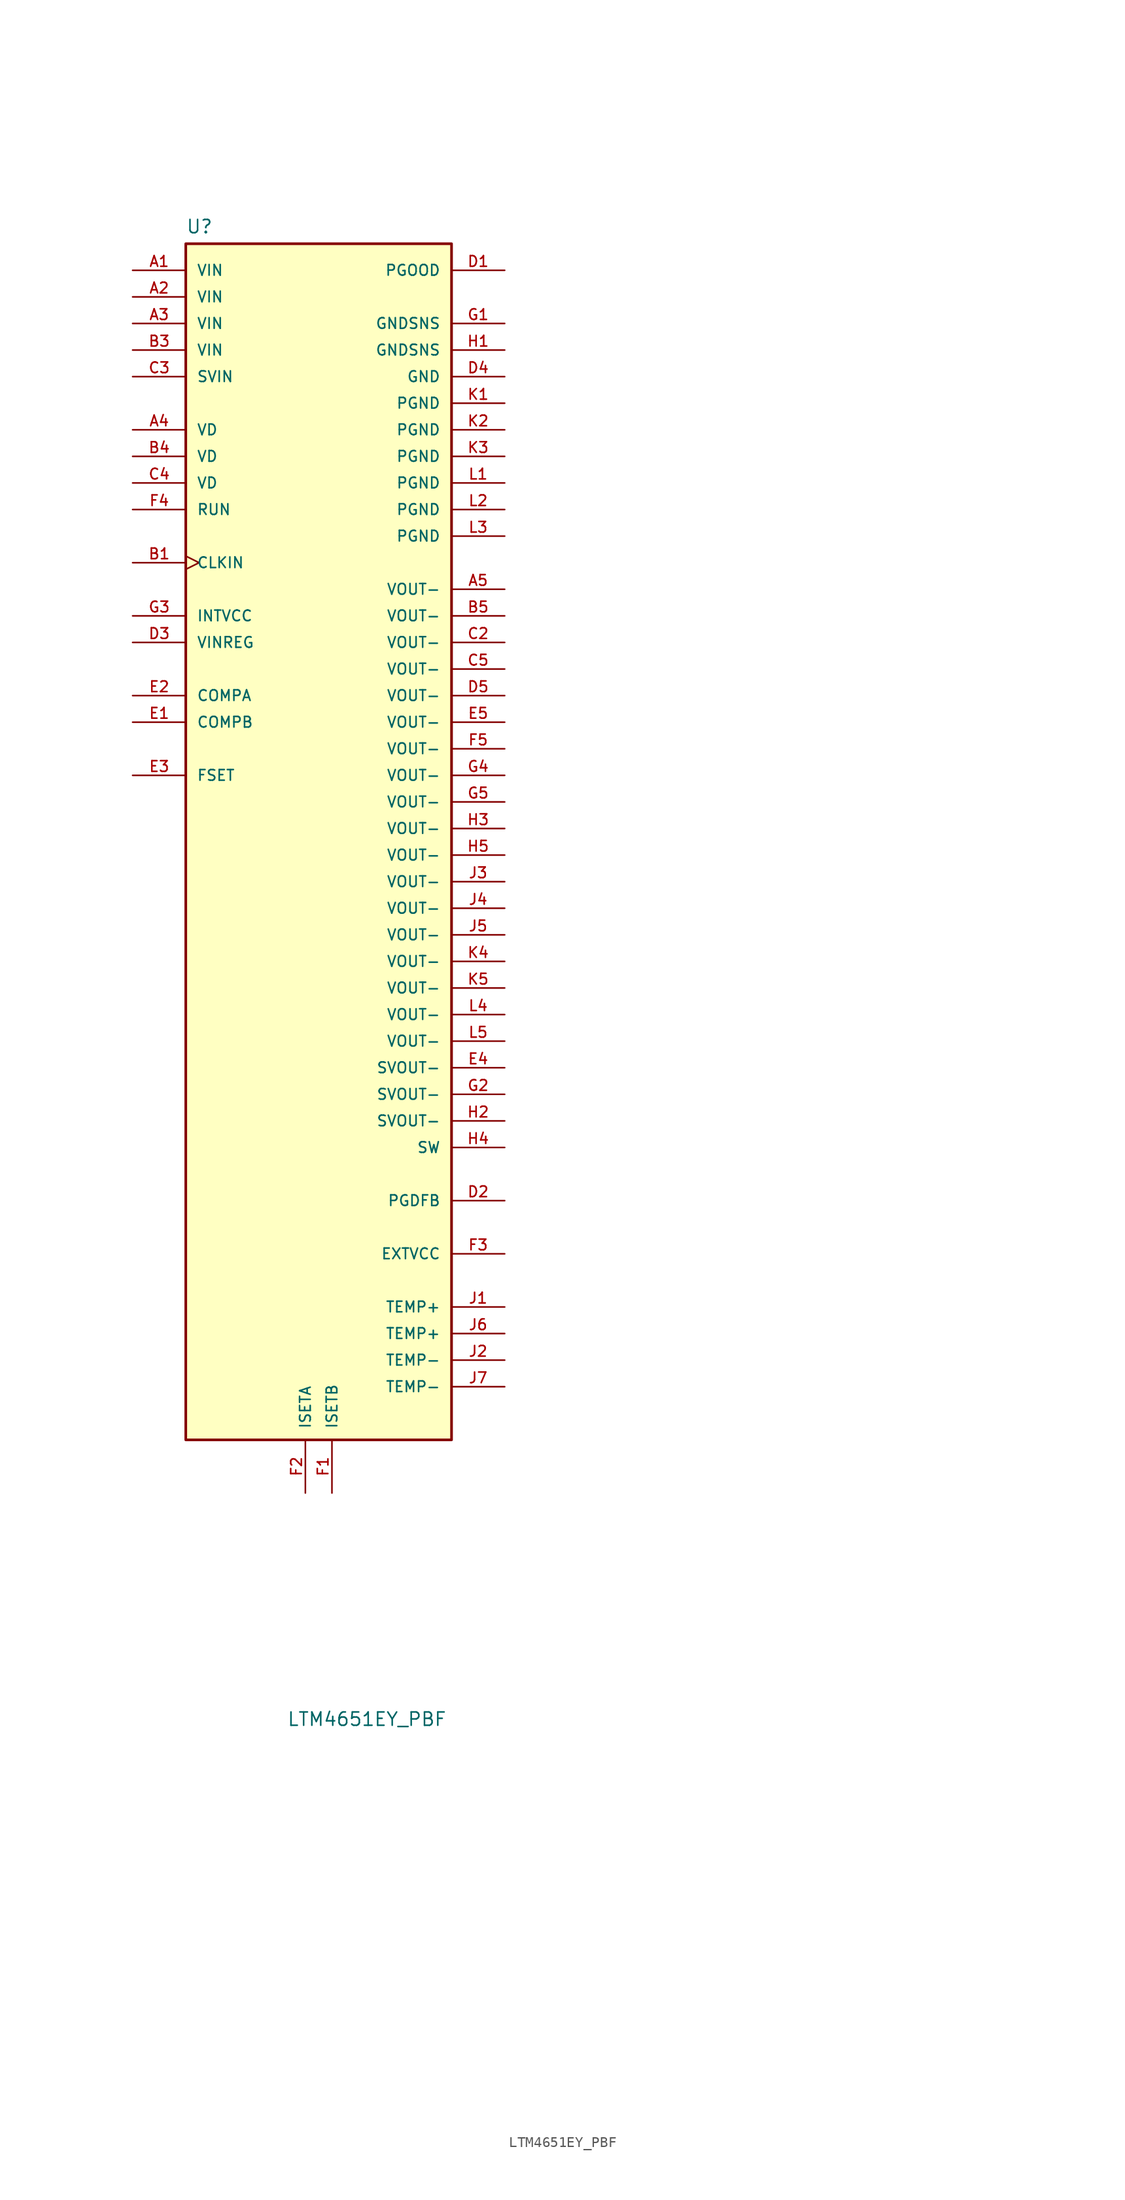
<source format=kicad_sym>
(kicad_symbol_lib
  (version 20241209)
  (generator "kicad_symbol_editor")
  (generator_version "9.0")
  (symbol "LTM4651EY_PBF"
    (pin_names
      (offset 1.016))
    (property "Reference" "U"
      (at -12.7 36.449 0)
      (effects (font (size 1.27 1.27)) (justify left bottom)))
    (property "Value" "LTM4651EY_PBF"
      (at -3.048 -106.172 0)
      (effects (font (size 1.27 1.27)) (justify left bottom)))
    (symbol "LTM4651EY_PBF_0_0"
      (rectangle (start -12.7 35.56) (end 12.7 -78.74) (stroke (width 0.254) (type default)) (fill (type background)))
      (pin input line (at -17.78 33.02 0) (length 5.08) (name "VIN" (effects (font (size 1.016 1.016)))) (number "A1" (effects (font (size 1.016 1.016)))))
      (pin input line (at -17.78 22.86 0) (length 5.08) (name "SVIN" (effects (font (size 1.016 1.016)))) (number "C3" (effects (font (size 1.016 1.016)))))
      (pin output line (at -17.78 17.78 0) (length 5.08) (name "VD" (effects (font (size 1.016 1.016)))) (number "A4" (effects (font (size 1.016 1.016)))))
      (pin input line (at -17.78 10.16 0) (length 5.08) (name "RUN" (effects (font (size 1.016 1.016)))) (number "F4" (effects (font (size 1.016 1.016)))))
      (pin input clock (at -17.78 5.08 0) (length 5.08) (name "CLKIN" (effects (font (size 1.016 1.016)))) (number "B1" (effects (font (size 1.016 1.016)))))
      (pin output line (at -17.78 0 0) (length 5.08) (name "INTVCC" (effects (font (size 1.016 1.016)))) (number "G3" (effects (font (size 1.016 1.016)))))
      (pin input line (at -17.78 -2.54 0) (length 5.08) (name "VINREG" (effects (font (size 1.016 1.016)))) (number "D3" (effects (font (size 1.016 1.016)))))
      (pin passive line (at -17.78 -7.62 0) (length 5.08) (name "COMPA" (effects (font (size 1.016 1.016)))) (number "E2" (effects (font (size 1.016 1.016)))))
      (pin passive line (at -17.78 -10.16 0) (length 5.08) (name "COMPB" (effects (font (size 1.016 1.016)))) (number "E1" (effects (font (size 1.016 1.016)))))
      (pin input line (at -17.78 -15.24 0) (length 5.08) (name "FSET" (effects (font (size 1.016 1.016)))) (number "E3" (effects (font (size 1.016 1.016)))))
      (pin input line (at -1.27 -83.82 90) (length 5.08) (name "ISETA" (effects (font (size 1.016 1.016)))) (number "F2" (effects (font (size 1.016 1.016)))))
      (pin input line (at 1.27 -83.82 90) (length 5.08) (name "ISETB" (effects (font (size 1.016 1.016)))) (number "F1" (effects (font (size 1.016 1.016)))))
      (pin output line (at 17.78 33.02 180) (length 5.08) (name "PGOOD" (effects (font (size 1.016 1.016)))) (number "D1" (effects (font (size 1.016 1.016)))))
      (pin power_in line (at 17.78 27.94 180) (length 5.08) (name "GNDSNS" (effects (font (size 1.016 1.016)))) (number "G1" (effects (font (size 1.016 1.016)))))
      (pin power_in line (at 17.78 22.86 180) (length 5.08) (name "GND" (effects (font (size 1.016 1.016)))) (number "D4" (effects (font (size 1.016 1.016)))))
      (pin power_in line (at 17.78 20.32 180) (length 5.08) (name "PGND" (effects (font (size 1.016 1.016)))) (number "K1" (effects (font (size 1.016 1.016)))))
      (pin output line (at 17.78 2.54 180) (length 5.08) (name "VOUT-" (effects (font (size 1.016 1.016)))) (number "A5" (effects (font (size 1.016 1.016)))))
      (pin input line (at 17.78 -43.18 180) (length 5.08) (name "SVOUT-" (effects (font (size 1.016 1.016)))) (number "E4" (effects (font (size 1.016 1.016)))))
      (pin output line (at 17.78 -50.8 180) (length 5.08) (name "SW" (effects (font (size 1.016 1.016)))) (number "H4" (effects (font (size 1.016 1.016)))))
      (pin input line (at 17.78 -55.88 180) (length 5.08) (name "PGDFB" (effects (font (size 1.016 1.016)))) (number "D2" (effects (font (size 1.016 1.016)))))
      (pin input line (at 17.78 -60.96 180) (length 5.08) (name "EXTVCC" (effects (font (size 1.016 1.016)))) (number "F3" (effects (font (size 1.016 1.016)))))
      (pin input line (at 17.78 -66.04 180) (length 5.08) (name "TEMP+" (effects (font (size 1.016 1.016)))) (number "J1" (effects (font (size 1.016 1.016)))))
      (pin input line (at 17.78 -71.12 180) (length 5.08) (name "TEMP-" (effects (font (size 1.016 1.016)))) (number "J2" (effects (font (size 1.016 1.016))))))
    (symbol "LTM4651EY_PBF_1_0"
      (pin input line (at -17.78 30.48 0) (length 5.08) (name "VIN" (effects (font (size 1.016 1.016)))) (number "A2" (effects (font (size 1.016 1.016)))))
      (pin input line (at -17.78 27.94 0) (length 5.08) (name "VIN" (effects (font (size 1.016 1.016)))) (number "A3" (effects (font (size 1.016 1.016)))))
      (pin input line (at -17.78 25.4 0) (length 5.08) (name "VIN" (effects (font (size 1.016 1.016)))) (number "B3" (effects (font (size 1.016 1.016)))))
      (pin output line (at -17.78 15.24 0) (length 5.08) (name "VD" (effects (font (size 1.016 1.016)))) (number "B4" (effects (font (size 1.016 1.016)))))
      (pin output line (at -17.78 12.7 0) (length 5.08) (name "VD" (effects (font (size 1.016 1.016)))) (number "C4" (effects (font (size 1.016 1.016)))))
      (pin power_in line (at 17.78 25.4 180) (length 5.08) (name "GNDSNS" (effects (font (size 1.016 1.016)))) (number "H1" (effects (font (size 1.016 1.016)))))
      (pin power_in line (at 17.78 17.78 180) (length 5.08) (name "PGND" (effects (font (size 1.016 1.016)))) (number "K2" (effects (font (size 1.016 1.016)))))
      (pin power_in line (at 17.78 15.24 180) (length 5.08) (name "PGND" (effects (font (size 1.016 1.016)))) (number "K3" (effects (font (size 1.016 1.016)))))
      (pin power_in line (at 17.78 12.7 180) (length 5.08) (name "PGND" (effects (font (size 1.016 1.016)))) (number "L1" (effects (font (size 1.016 1.016)))))
      (pin power_in line (at 17.78 10.16 180) (length 5.08) (name "PGND" (effects (font (size 1.016 1.016)))) (number "L2" (effects (font (size 1.016 1.016)))))
      (pin power_in line (at 17.78 7.62 180) (length 5.08) (name "PGND" (effects (font (size 1.016 1.016)))) (number "L3" (effects (font (size 1.016 1.016)))))
      (pin output line (at 17.78 0 180) (length 5.08) (name "VOUT-" (effects (font (size 1.016 1.016)))) (number "B5" (effects (font (size 1.016 1.016)))))
      (pin output line (at 17.78 -2.54 180) (length 5.08) (name "VOUT-" (effects (font (size 1.016 1.016)))) (number "C2" (effects (font (size 1.016 1.016)))))
      (pin output line (at 17.78 -5.08 180) (length 5.08) (name "VOUT-" (effects (font (size 1.016 1.016)))) (number "C5" (effects (font (size 1.016 1.016)))))
      (pin output line (at 17.78 -7.62 180) (length 5.08) (name "VOUT-" (effects (font (size 1.016 1.016)))) (number "D5" (effects (font (size 1.016 1.016)))))
      (pin output line (at 17.78 -10.16 180) (length 5.08) (name "VOUT-" (effects (font (size 1.016 1.016)))) (number "E5" (effects (font (size 1.016 1.016)))))
      (pin output line (at 17.78 -12.7 180) (length 5.08) (name "VOUT-" (effects (font (size 1.016 1.016)))) (number "F5" (effects (font (size 1.016 1.016)))))
      (pin output line (at 17.78 -15.24 180) (length 5.08) (name "VOUT-" (effects (font (size 1.016 1.016)))) (number "G4" (effects (font (size 1.016 1.016)))))
      (pin output line (at 17.78 -17.78 180) (length 5.08) (name "VOUT-" (effects (font (size 1.016 1.016)))) (number "G5" (effects (font (size 1.016 1.016)))))
      (pin output line (at 17.78 -20.32 180) (length 5.08) (name "VOUT-" (effects (font (size 1.016 1.016)))) (number "H3" (effects (font (size 1.016 1.016)))))
      (pin output line (at 17.78 -22.86 180) (length 5.08) (name "VOUT-" (effects (font (size 1.016 1.016)))) (number "H5" (effects (font (size 1.016 1.016)))))
      (pin output line (at 17.78 -25.4 180) (length 5.08) (name "VOUT-" (effects (font (size 1.016 1.016)))) (number "J3" (effects (font (size 1.016 1.016)))))
      (pin output line (at 17.78 -27.94 180) (length 5.08) (name "VOUT-" (effects (font (size 1.016 1.016)))) (number "J4" (effects (font (size 1.016 1.016)))))
      (pin output line (at 17.78 -30.48 180) (length 5.08) (name "VOUT-" (effects (font (size 1.016 1.016)))) (number "J5" (effects (font (size 1.016 1.016)))))
      (pin output line (at 17.78 -33.02 180) (length 5.08) (name "VOUT-" (effects (font (size 1.016 1.016)))) (number "K4" (effects (font (size 1.016 1.016)))))
      (pin output line (at 17.78 -35.56 180) (length 5.08) (name "VOUT-" (effects (font (size 1.016 1.016)))) (number "K5" (effects (font (size 1.016 1.016)))))
      (pin output line (at 17.78 -38.1 180) (length 5.08) (name "VOUT-" (effects (font (size 1.016 1.016)))) (number "L4" (effects (font (size 1.016 1.016)))))
      (pin output line (at 17.78 -40.64 180) (length 5.08) (name "VOUT-" (effects (font (size 1.016 1.016)))) (number "L5" (effects (font (size 1.016 1.016)))))
      (pin input line (at 17.78 -45.72 180) (length 5.08) (name "SVOUT-" (effects (font (size 1.016 1.016)))) (number "G2" (effects (font (size 1.016 1.016)))))
      (pin input line (at 17.78 -48.26 180) (length 5.08) (name "SVOUT-" (effects (font (size 1.016 1.016)))) (number "H2" (effects (font (size 1.016 1.016)))))
      (pin input line (at 17.78 -68.58 180) (length 5.08) (name "TEMP+" (effects (font (size 1.016 1.016)))) (number "J6" (effects (font (size 1.016 1.016)))))
      (pin input line (at 17.78 -73.66 180) (length 5.08) (name "TEMP-" (effects (font (size 1.016 1.016)))) (number "J7" (effects (font (size 1.016 1.016)))))
      (pin no_connect line (at 64.77 -74.93 180) (length 5.08) (hide yes) (name "NC" (effects (font (size 1.016 1.016)))) (number "A6" (effects (font (size 1.016 1.016)))))
      (pin no_connect line (at 64.77 -77.47 180) (length 5.08) (hide yes) (name "NC__1" (effects (font (size 1.016 1.016)))) (number "A7" (effects (font (size 1.016 1.016)))))
      (pin no_connect line (at 64.77 -80.01 180) (length 5.08) (hide yes) (name "NC__2" (effects (font (size 1.016 1.016)))) (number "B2" (effects (font (size 1.016 1.016)))))
      (pin no_connect line (at 64.77 -82.55 180) (length 5.08) (hide yes) (name "NC__3" (effects (font (size 1.016 1.016)))) (number "B6" (effects (font (size 1.016 1.016)))))
      (pin no_connect line (at 64.77 -85.09 180) (length 5.08) (hide yes) (name "NC__4" (effects (font (size 1.016 1.016)))) (number "B7" (effects (font (size 1.016 1.016)))))
      (pin no_connect line (at 64.77 -87.63 180) (length 5.08) (hide yes) (name "NC__5" (effects (font (size 1.016 1.016)))) (number "C1" (effects (font (size 1.016 1.016)))))
      (pin no_connect line (at 64.77 -90.17 180) (length 5.08) (hide yes) (name "NC__6" (effects (font (size 1.016 1.016)))) (number "C6" (effects (font (size 1.016 1.016)))))
      (pin no_connect line (at 64.77 -92.71 180) (length 5.08) (hide yes) (name "NC__7" (effects (font (size 1.016 1.016)))) (number "C7" (effects (font (size 1.016 1.016)))))
      (pin no_connect line (at 64.77 -95.25 180) (length 5.08) (hide yes) (name "NC__8" (effects (font (size 1.016 1.016)))) (number "D6" (effects (font (size 1.016 1.016)))))
      (pin no_connect line (at 64.77 -97.79 180) (length 5.08) (hide yes) (name "NC__9" (effects (font (size 1.016 1.016)))) (number "D7" (effects (font (size 1.016 1.016)))))
      (pin no_connect line (at 64.77 -100.33 180) (length 5.08) (hide yes) (name "NC__10" (effects (font (size 1.016 1.016)))) (number "E6" (effects (font (size 1.016 1.016)))))
      (pin no_connect line (at 64.77 -102.87 180) (length 5.08) (hide yes) (name "NC__11" (effects (font (size 1.016 1.016)))) (number "E7" (effects (font (size 1.016 1.016)))))
      (pin no_connect line (at 64.77 -105.41 180) (length 5.08) (hide yes) (name "NC__12" (effects (font (size 1.016 1.016)))) (number "F6" (effects (font (size 1.016 1.016)))))
      (pin no_connect line (at 64.77 -107.95 180) (length 5.08) (hide yes) (name "NC__13" (effects (font (size 1.016 1.016)))) (number "F7" (effects (font (size 1.016 1.016)))))
      (pin no_connect line (at 64.77 -110.49 180) (length 5.08) (hide yes) (name "NC__14" (effects (font (size 1.016 1.016)))) (number "G6" (effects (font (size 1.016 1.016)))))
      (pin no_connect line (at 64.77 -113.03 180) (length 5.08) (hide yes) (name "NC__15" (effects (font (size 1.016 1.016)))) (number "G7" (effects (font (size 1.016 1.016)))))
      (pin no_connect line (at 64.77 -115.57 180) (length 5.08) (hide yes) (name "NC__16" (effects (font (size 1.016 1.016)))) (number "H6" (effects (font (size 1.016 1.016)))))
      (pin no_connect line (at 64.77 -118.11 180) (length 5.08) (hide yes) (name "NC__17" (effects (font (size 1.016 1.016)))) (number "H7" (effects (font (size 1.016 1.016)))))
      (pin no_connect line (at 64.77 -120.65 180) (length 5.08) (hide yes) (name "NC__18" (effects (font (size 1.016 1.016)))) (number "K6" (effects (font (size 1.016 1.016)))))
      (pin no_connect line (at 64.77 -123.19 180) (length 5.08) (hide yes) (name "NC__19" (effects (font (size 1.016 1.016)))) (number "K7" (effects (font (size 1.016 1.016)))))
      (pin no_connect line (at 64.77 -125.73 180) (length 5.08) (hide yes) (name "NC__20" (effects (font (size 1.016 1.016)))) (number "L6" (effects (font (size 1.016 1.016)))))
      (pin no_connect line (at 64.77 -128.27 180) (length 5.08) (hide yes) (name "NC__21" (effects (font (size 1.016 1.016)))) (number "L7" (effects (font (size 1.016 1.016))))))))
</source>
